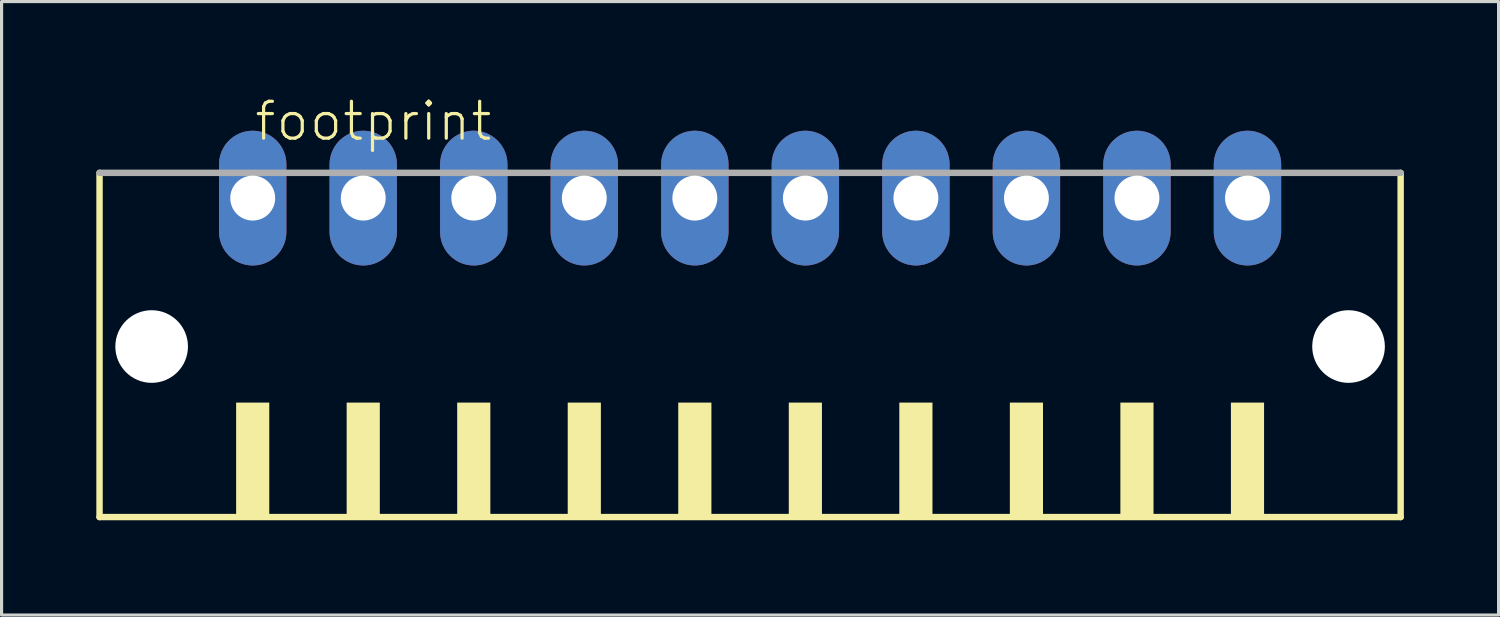
<source format=kicad_pcb>
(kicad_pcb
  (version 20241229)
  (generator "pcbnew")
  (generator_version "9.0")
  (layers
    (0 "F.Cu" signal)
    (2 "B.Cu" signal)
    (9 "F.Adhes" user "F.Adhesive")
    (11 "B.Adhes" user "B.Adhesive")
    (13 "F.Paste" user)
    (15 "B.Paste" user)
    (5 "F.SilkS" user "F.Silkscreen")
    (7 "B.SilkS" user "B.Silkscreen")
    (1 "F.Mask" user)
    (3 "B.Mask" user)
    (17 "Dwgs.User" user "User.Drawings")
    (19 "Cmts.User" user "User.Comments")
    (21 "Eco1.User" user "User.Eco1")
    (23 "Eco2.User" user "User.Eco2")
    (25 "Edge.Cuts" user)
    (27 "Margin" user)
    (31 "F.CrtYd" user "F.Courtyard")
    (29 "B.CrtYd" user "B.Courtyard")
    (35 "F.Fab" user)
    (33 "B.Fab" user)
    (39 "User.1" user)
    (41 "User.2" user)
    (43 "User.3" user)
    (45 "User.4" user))
  (footprint "footprint"
    (layer "F.Cu")
    (at 20.702 8.473)
    (property "Reference" "footprint" (at -15.75 -7 0) (layer "F.SilkS") (effects (font (size 1.168 1.168) (thickness 0.102)) (justify left bottom)))
    (fp_line (start -20.6 -6.05) (end -20.6 4.85) (stroke (width 0.203) (type solid)) (layer "F.SilkS"))
    (fp_line (start -20.6 4.85) (end 20.6 4.85) (stroke (width 0.203) (type solid)) (layer "F.SilkS"))
    (fp_line (start 20.6 4.85) (end 20.6 -6.05) (stroke (width 0.203) (type solid)) (layer "F.SilkS"))
    (fp_poly (pts (xy -16.275 4.9) (xy -15.225 4.9) (xy -15.225 1.225) (xy -16.275 1.225)) (stroke (width 0) (type solid)) (fill yes) (layer "F.SilkS"))
    (fp_poly (pts (xy -12.775 4.9) (xy -11.725 4.9) (xy -11.725 1.225) (xy -12.775 1.225)) (stroke (width 0) (type solid)) (fill yes) (layer "F.SilkS"))
    (fp_poly (pts (xy -9.275 4.9) (xy -8.225 4.9) (xy -8.225 1.225) (xy -9.275 1.225)) (stroke (width 0) (type solid)) (fill yes) (layer "F.SilkS"))
    (fp_poly (pts (xy -5.775 4.9) (xy -4.725 4.9) (xy -4.725 1.225) (xy -5.775 1.225)) (stroke (width 0) (type solid)) (fill yes) (layer "F.SilkS"))
    (fp_poly (pts (xy -2.275 4.9) (xy -1.225 4.9) (xy -1.225 1.225) (xy -2.275 1.225)) (stroke (width 0) (type solid)) (fill yes) (layer "F.SilkS"))
    (fp_poly (pts (xy 1.225 4.9) (xy 2.275 4.9) (xy 2.275 1.225) (xy 1.225 1.225)) (stroke (width 0) (type solid)) (fill yes) (layer "F.SilkS"))
    (fp_poly (pts (xy 4.725 4.9) (xy 5.775 4.9) (xy 5.775 1.225) (xy 4.725 1.225)) (stroke (width 0) (type solid)) (fill yes) (layer "F.SilkS"))
    (fp_poly (pts (xy 8.225 4.9) (xy 9.275 4.9) (xy 9.275 1.225) (xy 8.225 1.225)) (stroke (width 0) (type solid)) (fill yes) (layer "F.SilkS"))
    (fp_poly (pts (xy 11.725 4.9) (xy 12.775 4.9) (xy 12.775 1.225) (xy 11.725 1.225)) (stroke (width 0) (type solid)) (fill yes) (layer "F.SilkS"))
    (fp_poly (pts (xy 15.225 4.9) (xy 16.275 4.9) (xy 16.275 1.225) (xy 15.225 1.225)) (stroke (width 0) (type solid)) (fill yes) (layer "F.SilkS"))
    (fp_line (start 20.6 -6.05) (end -20.6 -6.05) (stroke (width 0.203) (type solid)) (layer "F.Fab"))
    (pad "" np_thru_hole circle (at -18.95 -0.55) (size 2.3 2.3) (drill 2.3) (layers "*.Cu" "*.Mask"))
    (pad "" np_thru_hole circle (at 18.95 -0.55) (size 2.3 2.3) (drill 2.3) (layers "*.Cu" "*.Mask"))
    (pad "1" thru_hole oval (at -15.75 -5.25 90) (size 4.267 2.134) (drill 1.422) (layers "*.Cu" "*.Mask"))
    (pad "2" thru_hole oval (at -12.25 -5.25 90) (size 4.267 2.134) (drill 1.422) (layers "*.Cu" "*.Mask"))
    (pad "3" thru_hole oval (at -8.75 -5.25 90) (size 4.267 2.134) (drill 1.422) (layers "*.Cu" "*.Mask"))
    (pad "4" thru_hole oval (at -5.25 -5.25 90) (size 4.267 2.134) (drill 1.422) (layers "*.Cu" "*.Mask"))
    (pad "5" thru_hole oval (at -1.75 -5.25 90) (size 4.267 2.134) (drill 1.422) (layers "*.Cu" "*.Mask"))
    (pad "6" thru_hole oval (at 1.75 -5.25 90) (size 4.267 2.134) (drill 1.422) (layers "*.Cu" "*.Mask"))
    (pad "7" thru_hole oval (at 5.25 -5.25 90) (size 4.267 2.134) (drill 1.422) (layers "*.Cu" "*.Mask"))
    (pad "8" thru_hole oval (at 8.75 -5.25 90) (size 4.267 2.134) (drill 1.422) (layers "*.Cu" "*.Mask"))
    (pad "9" thru_hole oval (at 12.25 -5.25 90) (size 4.267 2.134) (drill 1.422) (layers "*.Cu" "*.Mask"))
    (pad "10" thru_hole oval (at 15.75 -5.25 90) (size 4.267 2.134) (drill 1.422) (layers "*.Cu" "*.Mask")))
  (gr_rect
    (start -3 -3)
    (end 44.403 16.425)
    (stroke (width 0.1) (type default))
    (fill no)
    (layer "Edge.Cuts")))
</source>
